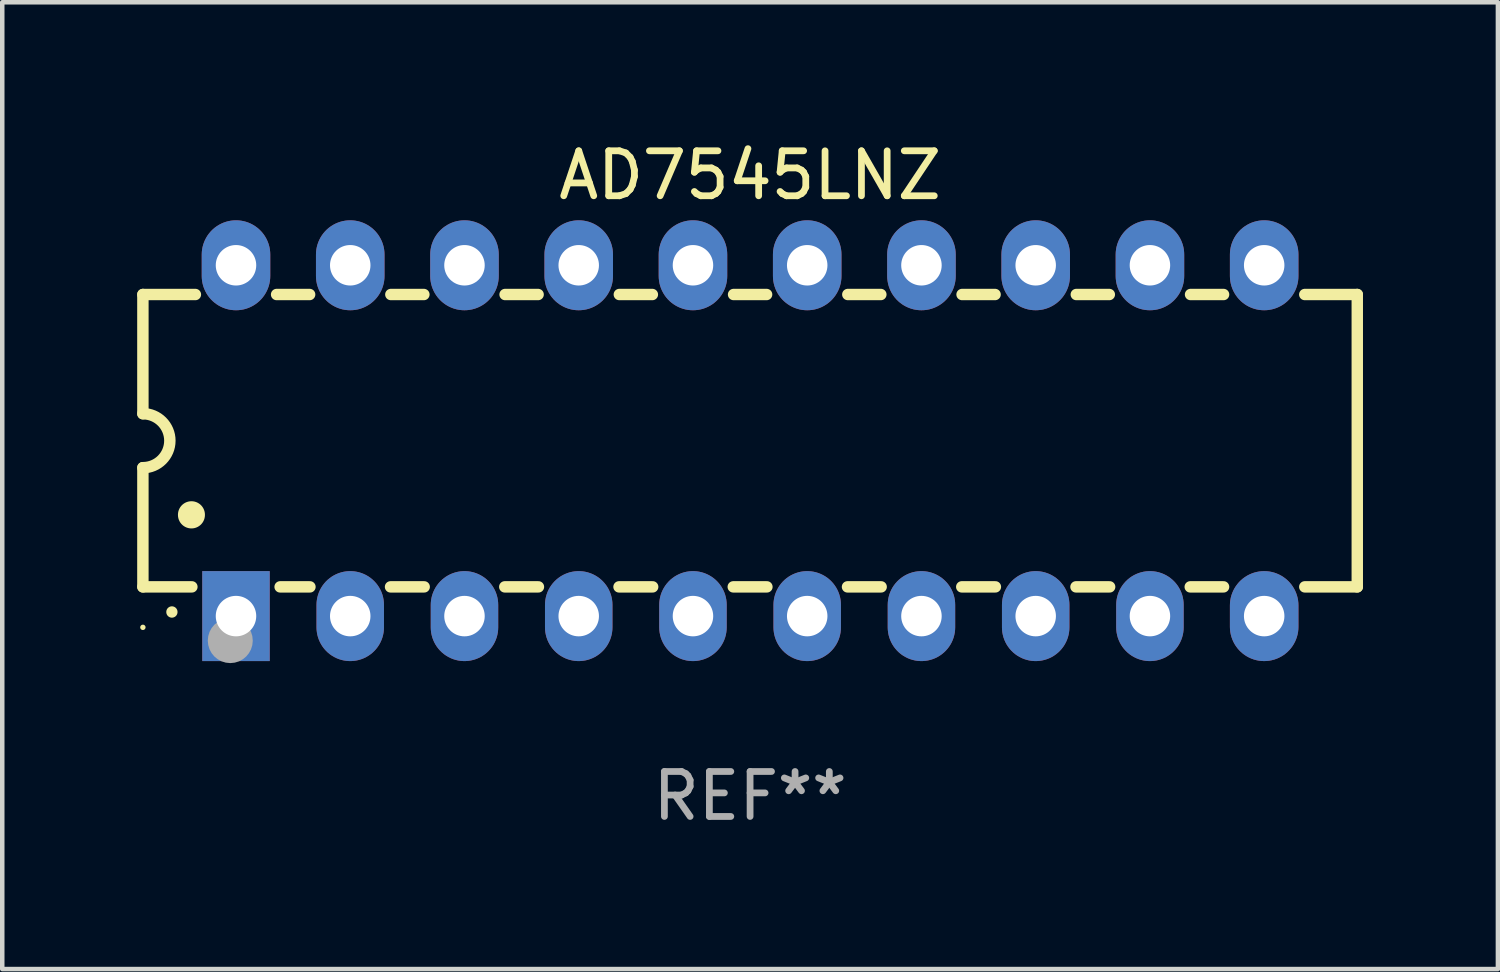
<source format=kicad_pcb>
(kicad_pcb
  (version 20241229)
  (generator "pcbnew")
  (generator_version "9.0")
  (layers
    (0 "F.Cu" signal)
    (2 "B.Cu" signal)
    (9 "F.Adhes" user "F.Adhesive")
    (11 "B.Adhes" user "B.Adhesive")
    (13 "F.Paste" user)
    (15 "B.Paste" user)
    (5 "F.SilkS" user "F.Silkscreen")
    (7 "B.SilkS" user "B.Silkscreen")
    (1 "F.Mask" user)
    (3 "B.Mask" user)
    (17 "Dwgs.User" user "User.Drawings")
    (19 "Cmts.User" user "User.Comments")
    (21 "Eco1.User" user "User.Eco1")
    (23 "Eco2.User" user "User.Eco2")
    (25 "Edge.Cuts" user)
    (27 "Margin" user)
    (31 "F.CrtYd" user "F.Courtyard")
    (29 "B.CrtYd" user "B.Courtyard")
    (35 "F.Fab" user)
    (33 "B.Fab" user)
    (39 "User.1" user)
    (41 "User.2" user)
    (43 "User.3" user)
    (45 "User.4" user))
  (footprint "AD7545LNZ"
    (layer "F.Cu")
    (at 13.627 6.748)
    (property "Reference" "AD7545LNZ" (at 0 -5.9 0) (layer "F.SilkS") (effects (font (size 1 1) (thickness 0.15))))
    (attr through_hole)
    (fp_line (start -13.5 -3.25) (end -12.333 -3.25) (stroke (width 0.254) (type solid)) (layer "F.SilkS"))
    (fp_line (start -13.5 -0.6) (end -13.5 -3.25) (stroke (width 0.254) (type solid)) (layer "F.SilkS"))
    (fp_line (start -13.5 3.25) (end -13.5 0.6) (stroke (width 0.254) (type solid)) (layer "F.SilkS"))
    (fp_line (start -13.5 3.25) (end -12.411 3.25) (stroke (width 0.254) (type solid)) (layer "F.SilkS"))
    (fp_line (start -10.527 -3.25) (end -9.793 -3.25) (stroke (width 0.254) (type solid)) (layer "F.SilkS"))
    (fp_line (start -10.449 3.25) (end -9.786 3.25) (stroke (width 0.254) (type solid)) (layer "F.SilkS"))
    (fp_line (start -7.994 3.25) (end -7.246 3.25) (stroke (width 0.254) (type solid)) (layer "F.SilkS"))
    (fp_line (start -7.987 -3.25) (end -7.253 -3.25) (stroke (width 0.254) (type solid)) (layer "F.SilkS"))
    (fp_line (start -5.454 3.25) (end -4.706 3.25) (stroke (width 0.254) (type solid)) (layer "F.SilkS"))
    (fp_line (start -5.447 -3.25) (end -4.713 -3.25) (stroke (width 0.254) (type solid)) (layer "F.SilkS"))
    (fp_line (start -2.914 3.25) (end -2.166 3.25) (stroke (width 0.254) (type solid)) (layer "F.SilkS"))
    (fp_line (start -2.907 -3.25) (end -2.173 -3.25) (stroke (width 0.254) (type solid)) (layer "F.SilkS"))
    (fp_line (start -0.374 3.25) (end 0.374 3.25) (stroke (width 0.254) (type solid)) (layer "F.SilkS"))
    (fp_line (start -0.367 -3.25) (end 0.367 -3.25) (stroke (width 0.254) (type solid)) (layer "F.SilkS"))
    (fp_line (start 2.166 3.25) (end 2.914 3.25) (stroke (width 0.254) (type solid)) (layer "F.SilkS"))
    (fp_line (start 2.173 -3.25) (end 2.907 -3.25) (stroke (width 0.254) (type solid)) (layer "F.SilkS"))
    (fp_line (start 4.706 3.25) (end 5.454 3.25) (stroke (width 0.254) (type solid)) (layer "F.SilkS"))
    (fp_line (start 4.713 -3.25) (end 5.447 -3.25) (stroke (width 0.254) (type solid)) (layer "F.SilkS"))
    (fp_line (start 7.246 3.25) (end 7.994 3.25) (stroke (width 0.254) (type solid)) (layer "F.SilkS"))
    (fp_line (start 7.253 -3.25) (end 7.987 -3.25) (stroke (width 0.254) (type solid)) (layer "F.SilkS"))
    (fp_line (start 9.786 3.25) (end 10.527 3.25) (stroke (width 0.254) (type solid)) (layer "F.SilkS"))
    (fp_line (start 9.793 -3.25) (end 10.527 -3.25) (stroke (width 0.254) (type solid)) (layer "F.SilkS"))
    (fp_line (start 12.333 -3.25) (end 13.5 -3.25) (stroke (width 0.254) (type solid)) (layer "F.SilkS"))
    (fp_line (start 12.333 3.25) (end 13.5 3.25) (stroke (width 0.254) (type solid)) (layer "F.SilkS"))
    (fp_line (start 13.5 -3.25) (end 13.5 3.25) (stroke (width 0.254) (type solid)) (layer "F.SilkS"))
    (fp_arc (start -13.500127 -0.599442) (mid -12.900406 0.000228) (end -13.500025 0.6) (stroke (width 0.254001) (type solid)) (layer "F.SilkS"))
    (fp_arc (start -12.854966 3.810008) (mid -12.854973 3.808738) (end -12.854966 3.807468) (stroke (width 0.25) (type solid)) (layer "F.SilkS"))
    (fp_arc (start -12.420625 1.651003) (mid -12.420636 1.648463) (end -12.420625 1.645923) (stroke (width 0.6) (type solid)) (layer "F.SilkS"))
    (fp_circle (center -13.5 4.15) (end -13.47 4.15) (stroke (width 0.06) (type solid)) (fill no) (layer "F.SilkS"))
    (fp_circle (center -11.557 4.445) (end -11.307 4.445) (stroke (width 0.5) (type solid)) (fill no) (layer "F.Fab"))
    (fp_text user "REF**" (at 0 7.9 0) (layer "F.Fab") (effects (font (size 1 1) (thickness 0.15))))
    (pad "1" thru_hole rect (at -11.43 3.9 90) (size 2 1.5) (drill 0.9) (layers "*.Cu" "*.Mask"))
    (pad "2" thru_hole oval (at -8.89 3.9 90) (size 2 1.5) (drill 0.9) (layers "*.Cu" "*.Mask"))
    (pad "3" thru_hole oval (at -6.35 3.9 90) (size 2 1.5) (drill 0.9) (layers "*.Cu" "*.Mask"))
    (pad "4" thru_hole oval (at -3.81 3.9 90) (size 2 1.5) (drill 0.9) (layers "*.Cu" "*.Mask"))
    (pad "5" thru_hole oval (at -1.27 3.9 90) (size 2 1.5) (drill 0.9) (layers "*.Cu" "*.Mask"))
    (pad "6" thru_hole oval (at 1.27 3.9 90) (size 2 1.5) (drill 0.9) (layers "*.Cu" "*.Mask"))
    (pad "7" thru_hole oval (at 3.81 3.9 90) (size 2 1.5) (drill 0.9) (layers "*.Cu" "*.Mask"))
    (pad "8" thru_hole oval (at 6.35 3.9 90) (size 2 1.5) (drill 0.9) (layers "*.Cu" "*.Mask"))
    (pad "9" thru_hole oval (at 8.89 3.9 90) (size 2 1.5) (drill 0.9) (layers "*.Cu" "*.Mask"))
    (pad "10" thru_hole oval (at 11.43 3.9 90) (size 2 1.524) (drill 0.9) (layers "*.Cu" "*.Mask"))
    (pad "11" thru_hole oval (at 11.43 -3.9 90) (size 2 1.524) (drill 0.9) (layers "*.Cu" "*.Mask"))
    (pad "12" thru_hole oval (at 8.89 -3.9 90) (size 2 1.524) (drill 0.9) (layers "*.Cu" "*.Mask"))
    (pad "13" thru_hole oval (at 6.35 -3.9 90) (size 2 1.524) (drill 0.9) (layers "*.Cu" "*.Mask"))
    (pad "14" thru_hole oval (at 3.81 -3.9 90) (size 2 1.524) (drill 0.9) (layers "*.Cu" "*.Mask"))
    (pad "15" thru_hole oval (at 1.27 -3.9 90) (size 2 1.524) (drill 0.9) (layers "*.Cu" "*.Mask"))
    (pad "16" thru_hole oval (at -1.27 -3.9 90) (size 2 1.524) (drill 0.9) (layers "*.Cu" "*.Mask"))
    (pad "17" thru_hole oval (at -3.81 -3.9 90) (size 2 1.524) (drill 0.9) (layers "*.Cu" "*.Mask"))
    (pad "18" thru_hole oval (at -6.35 -3.9 90) (size 2 1.524) (drill 0.9) (layers "*.Cu" "*.Mask"))
    (pad "19" thru_hole oval (at -8.89 -3.9 90) (size 2 1.524) (drill 0.9) (layers "*.Cu" "*.Mask"))
    (pad "20" thru_hole oval (at -11.43 -3.9 90) (size 2 1.524) (drill 0.9) (layers "*.Cu" "*.Mask")))
  (gr_rect
    (start -3 -3)
    (end 30.254 18.496)
    (stroke (width 0.1) (type default))
    (fill no)
    (layer "Edge.Cuts")))
</source>
